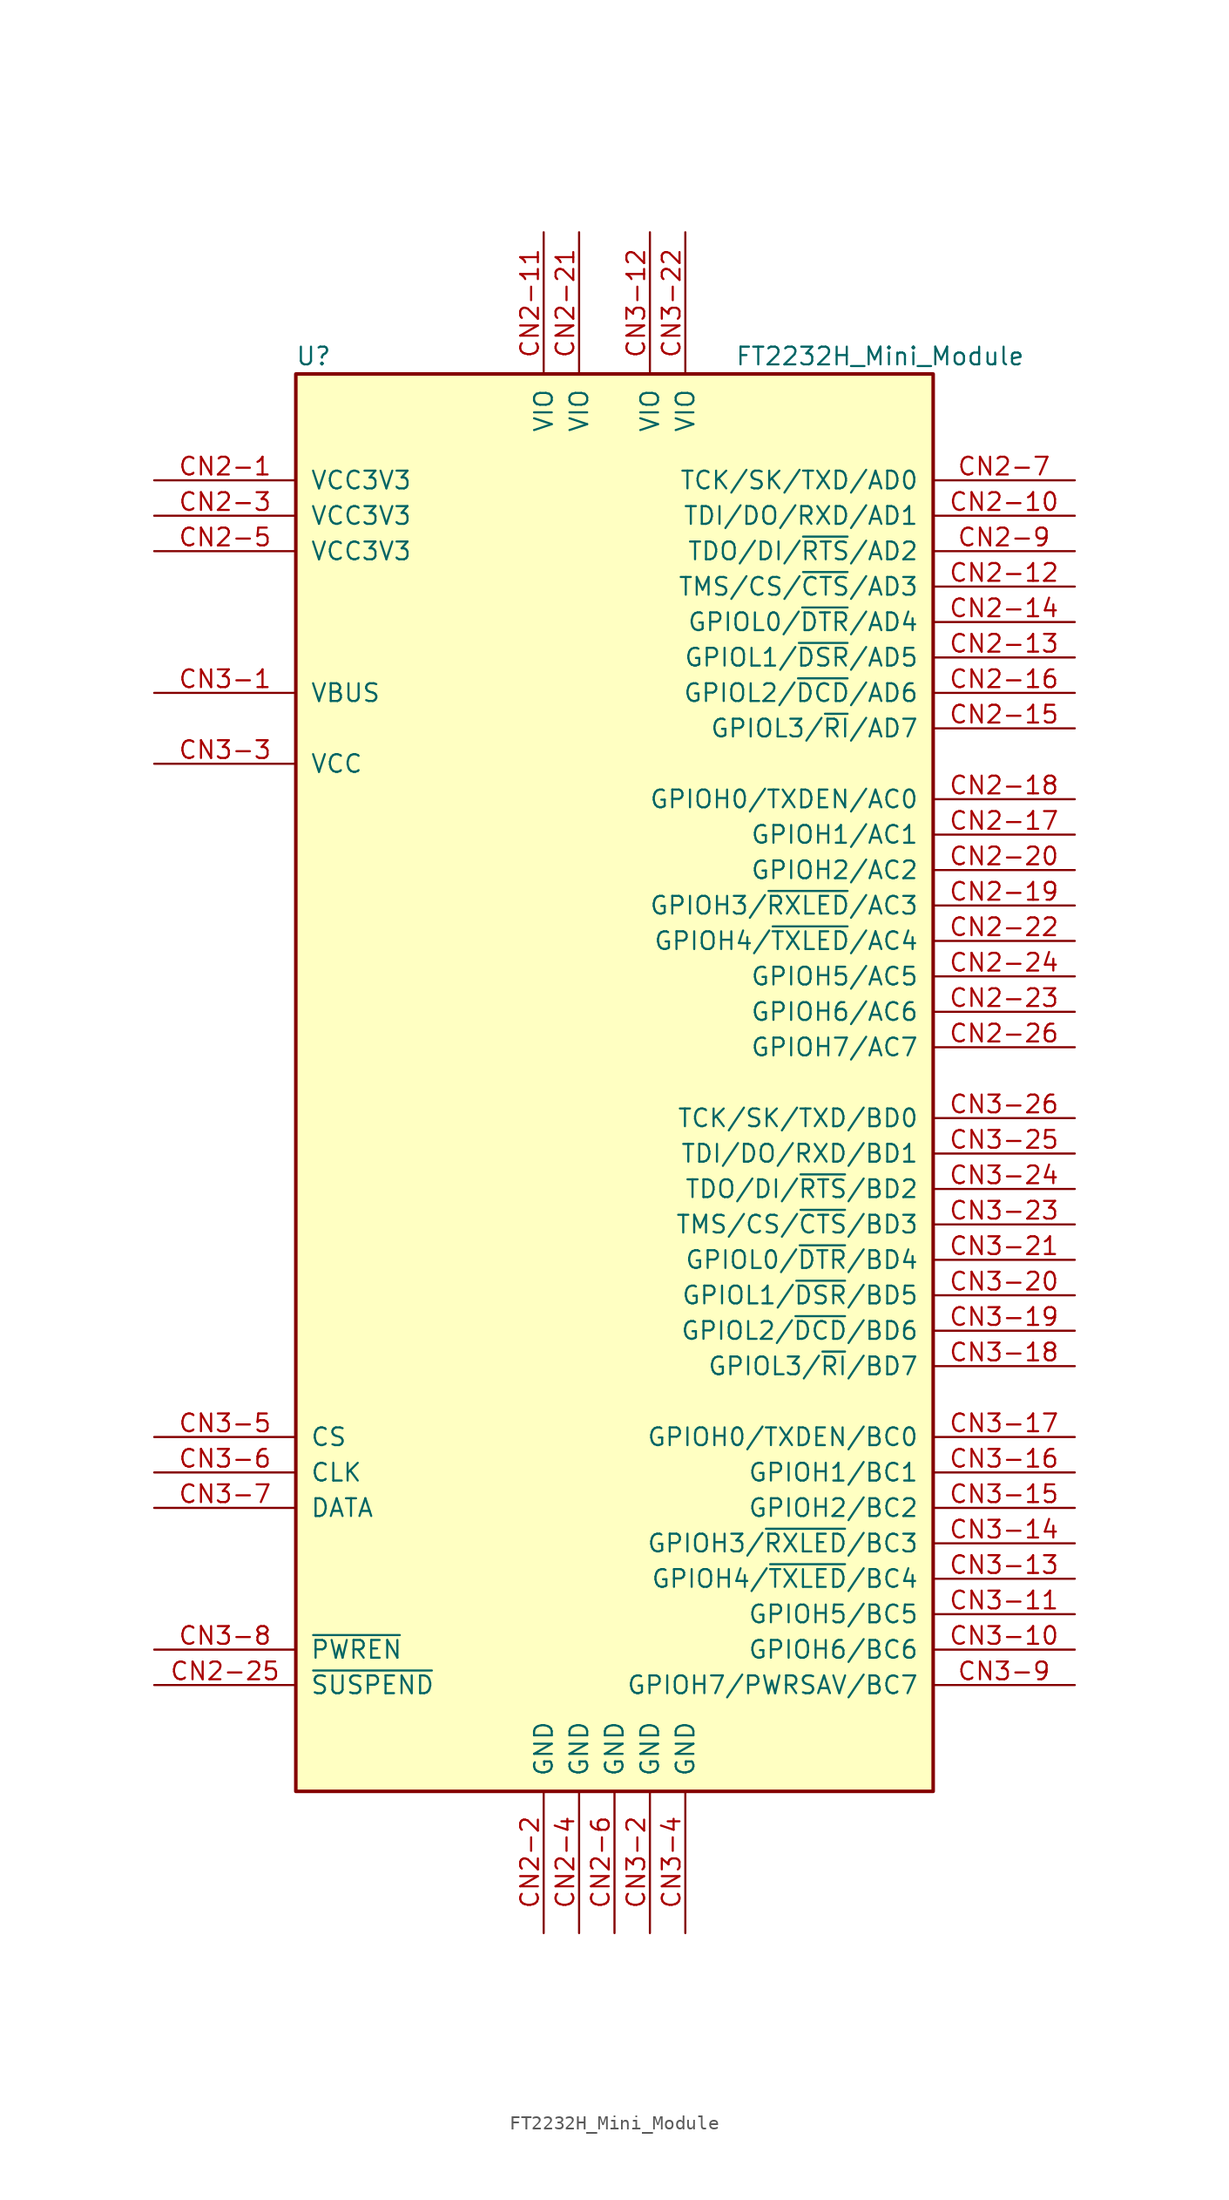
<source format=kicad_sym>
(kicad_symbol_lib
  (version 20220914)
  (generator kicad_symbol_editor)
  (symbol "FT2232H_Mini_Module"
    (pin_names
      (offset 1.016))
    (property "Reference" "U"
      (at -21.59 52.07 0)
      (effects (font (size 1.27 1.27))))
    (property "Value" "FT2232H_Mini_Module"
      (at 19.05 52.07 0)
      (effects (font (size 1.27 1.27))))
    (symbol "FT2232H_Mini_Module_0_1"
      (rectangle (start 22.86 -50.8) (end -22.86 50.8) (stroke (width 0.254) (type solid)) (fill (type background))))
    (symbol "FT2232H_Mini_Module_1_1"
      (pin power_out line (at -33.02 43.18 0) (length 10.16) (name "VCC3V3" (effects (font (size 1.27 1.27)))) (number "CN2-1" (effects (font (size 1.27 1.27)))))
      (pin bidirectional line (at 33.02 40.64 180) (length 10.16) (name "TDI/DO/RXD/AD1" (effects (font (size 1.27 1.27)))) (number "CN2-10" (effects (font (size 1.27 1.27)))))
      (pin power_in line (at -5.08 60.96 270) (length 10.16) (name "VIO" (effects (font (size 1.27 1.27)))) (number "CN2-11" (effects (font (size 1.27 1.27)))))
      (pin bidirectional line (at 33.02 35.56 180) (length 10.16) (name "TMS/CS/~{CTS}/AD3" (effects (font (size 1.27 1.27)))) (number "CN2-12" (effects (font (size 1.27 1.27)))))
      (pin bidirectional line (at 33.02 30.48 180) (length 10.16) (name "GPIOL1/~{DSR}/AD5" (effects (font (size 1.27 1.27)))) (number "CN2-13" (effects (font (size 1.27 1.27)))))
      (pin bidirectional line (at 33.02 33.02 180) (length 10.16) (name "GPIOL0/~{DTR}/AD4" (effects (font (size 1.27 1.27)))) (number "CN2-14" (effects (font (size 1.27 1.27)))))
      (pin bidirectional line (at 33.02 25.4 180) (length 10.16) (name "GPIOL3/~{RI}/AD7" (effects (font (size 1.27 1.27)))) (number "CN2-15" (effects (font (size 1.27 1.27)))))
      (pin bidirectional line (at 33.02 27.94 180) (length 10.16) (name "GPIOL2/~{DCD}/AD6" (effects (font (size 1.27 1.27)))) (number "CN2-16" (effects (font (size 1.27 1.27)))))
      (pin bidirectional line (at 33.02 17.78 180) (length 10.16) (name "GPIOH1/AC1" (effects (font (size 1.27 1.27)))) (number "CN2-17" (effects (font (size 1.27 1.27)))))
      (pin bidirectional line (at 33.02 20.32 180) (length 10.16) (name "GPIOH0/TXDEN/AC0" (effects (font (size 1.27 1.27)))) (number "CN2-18" (effects (font (size 1.27 1.27)))))
      (pin bidirectional line (at 33.02 12.7 180) (length 10.16) (name "GPIOH3/~{RXLED}/AC3" (effects (font (size 1.27 1.27)))) (number "CN2-19" (effects (font (size 1.27 1.27)))))
      (pin power_in line (at -5.08 -60.96 90) (length 10.16) (name "GND" (effects (font (size 1.27 1.27)))) (number "CN2-2" (effects (font (size 1.27 1.27)))))
      (pin bidirectional line (at 33.02 15.24 180) (length 10.16) (name "GPIOH2/AC2" (effects (font (size 1.27 1.27)))) (number "CN2-20" (effects (font (size 1.27 1.27)))))
      (pin power_in line (at -2.54 60.96 270) (length 10.16) (name "VIO" (effects (font (size 1.27 1.27)))) (number "CN2-21" (effects (font (size 1.27 1.27)))))
      (pin bidirectional line (at 33.02 10.16 180) (length 10.16) (name "GPIOH4/~{TXLED}/AC4" (effects (font (size 1.27 1.27)))) (number "CN2-22" (effects (font (size 1.27 1.27)))))
      (pin bidirectional line (at 33.02 5.08 180) (length 10.16) (name "GPIOH6/AC6" (effects (font (size 1.27 1.27)))) (number "CN2-23" (effects (font (size 1.27 1.27)))))
      (pin bidirectional line (at 33.02 7.62 180) (length 10.16) (name "GPIOH5/AC5" (effects (font (size 1.27 1.27)))) (number "CN2-24" (effects (font (size 1.27 1.27)))))
      (pin output line (at -33.02 -43.18 0) (length 10.16) (name "~{SUSPEND}" (effects (font (size 1.27 1.27)))) (number "CN2-25" (effects (font (size 1.27 1.27)))))
      (pin bidirectional line (at 33.02 2.54 180) (length 10.16) (name "GPIOH7/AC7" (effects (font (size 1.27 1.27)))) (number "CN2-26" (effects (font (size 1.27 1.27)))))
      (pin power_out line (at -33.02 40.64 0) (length 10.16) (name "VCC3V3" (effects (font (size 1.27 1.27)))) (number "CN2-3" (effects (font (size 1.27 1.27)))))
      (pin power_in line (at -2.54 -60.96 90) (length 10.16) (name "GND" (effects (font (size 1.27 1.27)))) (number "CN2-4" (effects (font (size 1.27 1.27)))))
      (pin power_out line (at -33.02 38.1 0) (length 10.16) (name "VCC3V3" (effects (font (size 1.27 1.27)))) (number "CN2-5" (effects (font (size 1.27 1.27)))))
      (pin power_in line (at 0 -60.96 90) (length 10.16) (name "GND" (effects (font (size 1.27 1.27)))) (number "CN2-6" (effects (font (size 1.27 1.27)))))
      (pin bidirectional line (at 33.02 43.18 180) (length 10.16) (name "TCK/SK/TXD/AD0" (effects (font (size 1.27 1.27)))) (number "CN2-7" (effects (font (size 1.27 1.27)))))
      (pin bidirectional line (at 33.02 38.1 180) (length 10.16) (name "TDO/DI/~{RTS}/AD2" (effects (font (size 1.27 1.27)))) (number "CN2-9" (effects (font (size 1.27 1.27)))))
      (pin power_out line (at -33.02 27.94 0) (length 10.16) (name "VBUS" (effects (font (size 1.27 1.27)))) (number "CN3-1" (effects (font (size 1.27 1.27)))))
      (pin bidirectional line (at 33.02 -40.64 180) (length 10.16) (name "GPIOH6/BC6" (effects (font (size 1.27 1.27)))) (number "CN3-10" (effects (font (size 1.27 1.27)))))
      (pin bidirectional line (at 33.02 -38.1 180) (length 10.16) (name "GPIOH5/BC5" (effects (font (size 1.27 1.27)))) (number "CN3-11" (effects (font (size 1.27 1.27)))))
      (pin power_in line (at 2.54 60.96 270) (length 10.16) (name "VIO" (effects (font (size 1.27 1.27)))) (number "CN3-12" (effects (font (size 1.27 1.27)))))
      (pin bidirectional line (at 33.02 -35.56 180) (length 10.16) (name "GPIOH4/~{TXLED}/BC4" (effects (font (size 1.27 1.27)))) (number "CN3-13" (effects (font (size 1.27 1.27)))))
      (pin bidirectional line (at 33.02 -33.02 180) (length 10.16) (name "GPIOH3/~{RXLED}/BC3" (effects (font (size 1.27 1.27)))) (number "CN3-14" (effects (font (size 1.27 1.27)))))
      (pin bidirectional line (at 33.02 -30.48 180) (length 10.16) (name "GPIOH2/BC2" (effects (font (size 1.27 1.27)))) (number "CN3-15" (effects (font (size 1.27 1.27)))))
      (pin bidirectional line (at 33.02 -27.94 180) (length 10.16) (name "GPIOH1/BC1" (effects (font (size 1.27 1.27)))) (number "CN3-16" (effects (font (size 1.27 1.27)))))
      (pin bidirectional line (at 33.02 -25.4 180) (length 10.16) (name "GPIOH0/TXDEN/BC0" (effects (font (size 1.27 1.27)))) (number "CN3-17" (effects (font (size 1.27 1.27)))))
      (pin bidirectional line (at 33.02 -20.32 180) (length 10.16) (name "GPIOL3/~{RI}/BD7" (effects (font (size 1.27 1.27)))) (number "CN3-18" (effects (font (size 1.27 1.27)))))
      (pin bidirectional line (at 33.02 -17.78 180) (length 10.16) (name "GPIOL2/~{DCD}/BD6" (effects (font (size 1.27 1.27)))) (number "CN3-19" (effects (font (size 1.27 1.27)))))
      (pin power_in line (at 2.54 -60.96 90) (length 10.16) (name "GND" (effects (font (size 1.27 1.27)))) (number "CN3-2" (effects (font (size 1.27 1.27)))))
      (pin bidirectional line (at 33.02 -15.24 180) (length 10.16) (name "GPIOL1/~{DSR}/BD5" (effects (font (size 1.27 1.27)))) (number "CN3-20" (effects (font (size 1.27 1.27)))))
      (pin bidirectional line (at 33.02 -12.7 180) (length 10.16) (name "GPIOL0/~{DTR}/BD4" (effects (font (size 1.27 1.27)))) (number "CN3-21" (effects (font (size 1.27 1.27)))))
      (pin power_in line (at 5.08 60.96 270) (length 10.16) (name "VIO" (effects (font (size 1.27 1.27)))) (number "CN3-22" (effects (font (size 1.27 1.27)))))
      (pin bidirectional line (at 33.02 -10.16 180) (length 10.16) (name "TMS/CS/~{CTS}/BD3" (effects (font (size 1.27 1.27)))) (number "CN3-23" (effects (font (size 1.27 1.27)))))
      (pin bidirectional line (at 33.02 -7.62 180) (length 10.16) (name "TDO/DI/~{RTS}/BD2" (effects (font (size 1.27 1.27)))) (number "CN3-24" (effects (font (size 1.27 1.27)))))
      (pin bidirectional line (at 33.02 -5.08 180) (length 10.16) (name "TDI/DO/RXD/BD1" (effects (font (size 1.27 1.27)))) (number "CN3-25" (effects (font (size 1.27 1.27)))))
      (pin bidirectional line (at 33.02 -2.54 180) (length 10.16) (name "TCK/SK/TXD/BD0" (effects (font (size 1.27 1.27)))) (number "CN3-26" (effects (font (size 1.27 1.27)))))
      (pin power_in line (at -33.02 22.86 0) (length 10.16) (name "VCC" (effects (font (size 1.27 1.27)))) (number "CN3-3" (effects (font (size 1.27 1.27)))))
      (pin power_in line (at 5.08 -60.96 90) (length 10.16) (name "GND" (effects (font (size 1.27 1.27)))) (number "CN3-4" (effects (font (size 1.27 1.27)))))
      (pin bidirectional line (at -33.02 -25.4 0) (length 10.16) (name "CS" (effects (font (size 1.27 1.27)))) (number "CN3-5" (effects (font (size 1.27 1.27)))))
      (pin output line (at -33.02 -27.94 0) (length 10.16) (name "CLK" (effects (font (size 1.27 1.27)))) (number "CN3-6" (effects (font (size 1.27 1.27)))))
      (pin bidirectional line (at -33.02 -30.48 0) (length 10.16) (name "DATA" (effects (font (size 1.27 1.27)))) (number "CN3-7" (effects (font (size 1.27 1.27)))))
      (pin output line (at -33.02 -40.64 0) (length 10.16) (name "~{PWREN}" (effects (font (size 1.27 1.27)))) (number "CN3-8" (effects (font (size 1.27 1.27)))))
      (pin bidirectional line (at 33.02 -43.18 180) (length 10.16) (name "GPIOH7/PWRSAV/BC7" (effects (font (size 1.27 1.27)))) (number "CN3-9" (effects (font (size 1.27 1.27))))))))
</source>
